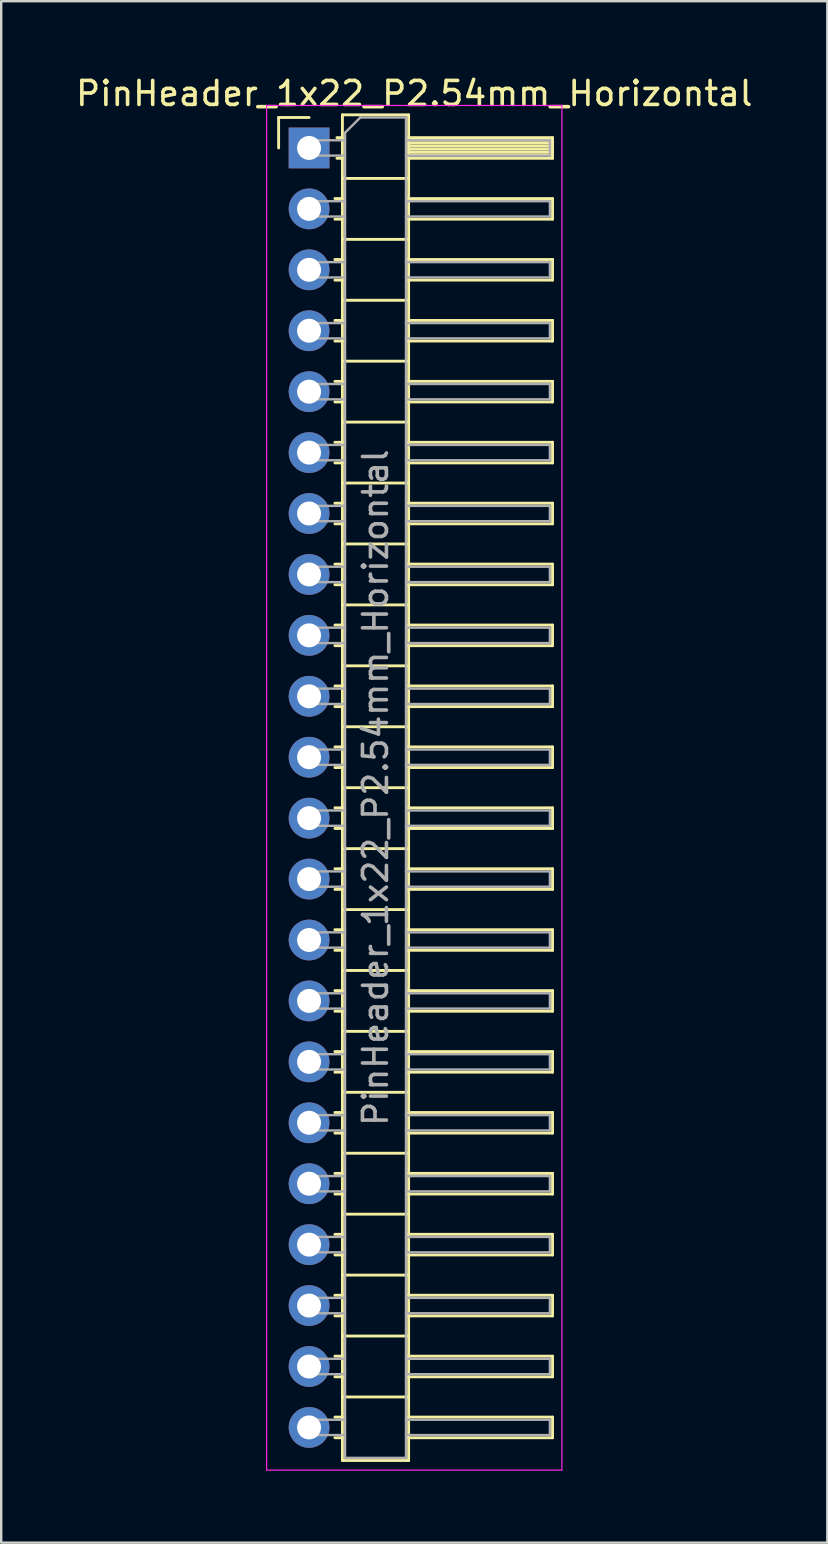
<source format=kicad_pcb>
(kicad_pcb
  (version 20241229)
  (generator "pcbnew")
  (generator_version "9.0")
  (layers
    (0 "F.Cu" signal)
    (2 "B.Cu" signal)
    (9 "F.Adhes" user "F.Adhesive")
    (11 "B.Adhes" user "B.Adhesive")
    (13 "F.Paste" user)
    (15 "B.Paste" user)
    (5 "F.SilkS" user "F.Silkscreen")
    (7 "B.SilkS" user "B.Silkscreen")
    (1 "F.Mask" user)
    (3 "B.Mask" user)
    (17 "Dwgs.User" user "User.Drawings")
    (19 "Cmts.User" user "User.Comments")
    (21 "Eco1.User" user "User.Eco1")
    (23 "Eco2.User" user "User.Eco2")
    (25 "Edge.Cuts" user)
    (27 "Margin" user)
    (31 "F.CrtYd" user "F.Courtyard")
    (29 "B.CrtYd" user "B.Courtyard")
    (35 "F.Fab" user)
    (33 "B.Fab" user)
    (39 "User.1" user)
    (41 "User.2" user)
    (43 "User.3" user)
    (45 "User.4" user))
  (footprint "PinHeader_1x22_P2.54mm_Horizontal"
    (layer "F.Cu")
    (at 9.835 3.118)
    (property "Reference" "PinHeader_1x22_P2.54mm_Horizontal" (at 4.385 -2.27 0) (layer "F.SilkS") (effects (font (size 1 1) (thickness 0.15))))
    (attr through_hole)
    (fp_line (start -1.27 -1.27) (end 0 -1.27) (stroke (width 0.12) (type solid)) (layer "F.SilkS"))
    (fp_line (start -1.27 0) (end -1.27 -1.27) (stroke (width 0.12) (type solid)) (layer "F.SilkS"))
    (fp_line (start 1.077 2.11) (end 1.39 2.11) (stroke (width 0.12) (type solid)) (layer "F.SilkS"))
    (fp_line (start 1.077 2.97) (end 1.39 2.97) (stroke (width 0.12) (type solid)) (layer "F.SilkS"))
    (fp_line (start 1.077 4.65) (end 1.39 4.65) (stroke (width 0.12) (type solid)) (layer "F.SilkS"))
    (fp_line (start 1.077 5.51) (end 1.39 5.51) (stroke (width 0.12) (type solid)) (layer "F.SilkS"))
    (fp_line (start 1.077 7.19) (end 1.39 7.19) (stroke (width 0.12) (type solid)) (layer "F.SilkS"))
    (fp_line (start 1.077 8.05) (end 1.39 8.05) (stroke (width 0.12) (type solid)) (layer "F.SilkS"))
    (fp_line (start 1.077 9.73) (end 1.39 9.73) (stroke (width 0.12) (type solid)) (layer "F.SilkS"))
    (fp_line (start 1.077 10.59) (end 1.39 10.59) (stroke (width 0.12) (type solid)) (layer "F.SilkS"))
    (fp_line (start 1.077 12.27) (end 1.39 12.27) (stroke (width 0.12) (type solid)) (layer "F.SilkS"))
    (fp_line (start 1.077 13.13) (end 1.39 13.13) (stroke (width 0.12) (type solid)) (layer "F.SilkS"))
    (fp_line (start 1.077 14.81) (end 1.39 14.81) (stroke (width 0.12) (type solid)) (layer "F.SilkS"))
    (fp_line (start 1.077 15.67) (end 1.39 15.67) (stroke (width 0.12) (type solid)) (layer "F.SilkS"))
    (fp_line (start 1.077 17.35) (end 1.39 17.35) (stroke (width 0.12) (type solid)) (layer "F.SilkS"))
    (fp_line (start 1.077 18.21) (end 1.39 18.21) (stroke (width 0.12) (type solid)) (layer "F.SilkS"))
    (fp_line (start 1.077 19.89) (end 1.39 19.89) (stroke (width 0.12) (type solid)) (layer "F.SilkS"))
    (fp_line (start 1.077 20.75) (end 1.39 20.75) (stroke (width 0.12) (type solid)) (layer "F.SilkS"))
    (fp_line (start 1.077 22.43) (end 1.39 22.43) (stroke (width 0.12) (type solid)) (layer "F.SilkS"))
    (fp_line (start 1.077 23.29) (end 1.39 23.29) (stroke (width 0.12) (type solid)) (layer "F.SilkS"))
    (fp_line (start 1.077 24.97) (end 1.39 24.97) (stroke (width 0.12) (type solid)) (layer "F.SilkS"))
    (fp_line (start 1.077 25.83) (end 1.39 25.83) (stroke (width 0.12) (type solid)) (layer "F.SilkS"))
    (fp_line (start 1.077 27.51) (end 1.39 27.51) (stroke (width 0.12) (type solid)) (layer "F.SilkS"))
    (fp_line (start 1.077 28.37) (end 1.39 28.37) (stroke (width 0.12) (type solid)) (layer "F.SilkS"))
    (fp_line (start 1.077 30.05) (end 1.39 30.05) (stroke (width 0.12) (type solid)) (layer "F.SilkS"))
    (fp_line (start 1.077 30.91) (end 1.39 30.91) (stroke (width 0.12) (type solid)) (layer "F.SilkS"))
    (fp_line (start 1.077 32.59) (end 1.39 32.59) (stroke (width 0.12) (type solid)) (layer "F.SilkS"))
    (fp_line (start 1.077 33.45) (end 1.39 33.45) (stroke (width 0.12) (type solid)) (layer "F.SilkS"))
    (fp_line (start 1.077 35.13) (end 1.39 35.13) (stroke (width 0.12) (type solid)) (layer "F.SilkS"))
    (fp_line (start 1.077 35.99) (end 1.39 35.99) (stroke (width 0.12) (type solid)) (layer "F.SilkS"))
    (fp_line (start 1.077 37.67) (end 1.39 37.67) (stroke (width 0.12) (type solid)) (layer "F.SilkS"))
    (fp_line (start 1.077 38.53) (end 1.39 38.53) (stroke (width 0.12) (type solid)) (layer "F.SilkS"))
    (fp_line (start 1.077 40.21) (end 1.39 40.21) (stroke (width 0.12) (type solid)) (layer "F.SilkS"))
    (fp_line (start 1.077 41.07) (end 1.39 41.07) (stroke (width 0.12) (type solid)) (layer "F.SilkS"))
    (fp_line (start 1.077 42.75) (end 1.39 42.75) (stroke (width 0.12) (type solid)) (layer "F.SilkS"))
    (fp_line (start 1.077 43.61) (end 1.39 43.61) (stroke (width 0.12) (type solid)) (layer "F.SilkS"))
    (fp_line (start 1.077 45.29) (end 1.39 45.29) (stroke (width 0.12) (type solid)) (layer "F.SilkS"))
    (fp_line (start 1.077 46.15) (end 1.39 46.15) (stroke (width 0.12) (type solid)) (layer "F.SilkS"))
    (fp_line (start 1.077 47.83) (end 1.39 47.83) (stroke (width 0.12) (type solid)) (layer "F.SilkS"))
    (fp_line (start 1.077 48.69) (end 1.39 48.69) (stroke (width 0.12) (type solid)) (layer "F.SilkS"))
    (fp_line (start 1.077 50.37) (end 1.39 50.37) (stroke (width 0.12) (type solid)) (layer "F.SilkS"))
    (fp_line (start 1.077 51.23) (end 1.39 51.23) (stroke (width 0.12) (type solid)) (layer "F.SilkS"))
    (fp_line (start 1.077 52.91) (end 1.39 52.91) (stroke (width 0.12) (type solid)) (layer "F.SilkS"))
    (fp_line (start 1.077 53.77) (end 1.39 53.77) (stroke (width 0.12) (type solid)) (layer "F.SilkS"))
    (fp_line (start 1.16 -0.43) (end 1.39 -0.43) (stroke (width 0.12) (type solid)) (layer "F.SilkS"))
    (fp_line (start 1.16 0.43) (end 1.39 0.43) (stroke (width 0.12) (type solid)) (layer "F.SilkS"))
    (fp_line (start 1.39 -1.38) (end 1.39 54.72) (stroke (width 0.12) (type solid)) (layer "F.SilkS"))
    (fp_line (start 1.39 1.27) (end 4.15 1.27) (stroke (width 0.12) (type solid)) (layer "F.SilkS"))
    (fp_line (start 1.39 3.81) (end 4.15 3.81) (stroke (width 0.12) (type solid)) (layer "F.SilkS"))
    (fp_line (start 1.39 6.35) (end 4.15 6.35) (stroke (width 0.12) (type solid)) (layer "F.SilkS"))
    (fp_line (start 1.39 8.89) (end 4.15 8.89) (stroke (width 0.12) (type solid)) (layer "F.SilkS"))
    (fp_line (start 1.39 11.43) (end 4.15 11.43) (stroke (width 0.12) (type solid)) (layer "F.SilkS"))
    (fp_line (start 1.39 13.97) (end 4.15 13.97) (stroke (width 0.12) (type solid)) (layer "F.SilkS"))
    (fp_line (start 1.39 16.51) (end 4.15 16.51) (stroke (width 0.12) (type solid)) (layer "F.SilkS"))
    (fp_line (start 1.39 19.05) (end 4.15 19.05) (stroke (width 0.12) (type solid)) (layer "F.SilkS"))
    (fp_line (start 1.39 21.59) (end 4.15 21.59) (stroke (width 0.12) (type solid)) (layer "F.SilkS"))
    (fp_line (start 1.39 24.13) (end 4.15 24.13) (stroke (width 0.12) (type solid)) (layer "F.SilkS"))
    (fp_line (start 1.39 26.67) (end 4.15 26.67) (stroke (width 0.12) (type solid)) (layer "F.SilkS"))
    (fp_line (start 1.39 29.21) (end 4.15 29.21) (stroke (width 0.12) (type solid)) (layer "F.SilkS"))
    (fp_line (start 1.39 31.75) (end 4.15 31.75) (stroke (width 0.12) (type solid)) (layer "F.SilkS"))
    (fp_line (start 1.39 34.29) (end 4.15 34.29) (stroke (width 0.12) (type solid)) (layer "F.SilkS"))
    (fp_line (start 1.39 36.83) (end 4.15 36.83) (stroke (width 0.12) (type solid)) (layer "F.SilkS"))
    (fp_line (start 1.39 39.37) (end 4.15 39.37) (stroke (width 0.12) (type solid)) (layer "F.SilkS"))
    (fp_line (start 1.39 41.91) (end 4.15 41.91) (stroke (width 0.12) (type solid)) (layer "F.SilkS"))
    (fp_line (start 1.39 44.45) (end 4.15 44.45) (stroke (width 0.12) (type solid)) (layer "F.SilkS"))
    (fp_line (start 1.39 46.99) (end 4.15 46.99) (stroke (width 0.12) (type solid)) (layer "F.SilkS"))
    (fp_line (start 1.39 49.53) (end 4.15 49.53) (stroke (width 0.12) (type solid)) (layer "F.SilkS"))
    (fp_line (start 1.39 52.07) (end 4.15 52.07) (stroke (width 0.12) (type solid)) (layer "F.SilkS"))
    (fp_line (start 1.39 54.72) (end 4.15 54.72) (stroke (width 0.12) (type solid)) (layer "F.SilkS"))
    (fp_line (start 4.15 -1.38) (end 1.39 -1.38) (stroke (width 0.12) (type solid)) (layer "F.SilkS"))
    (fp_line (start 4.15 -0.43) (end 10.15 -0.43) (stroke (width 0.12) (type solid)) (layer "F.SilkS"))
    (fp_line (start 4.15 -0.32) (end 10.15 -0.32) (stroke (width 0.12) (type solid)) (layer "F.SilkS"))
    (fp_line (start 4.15 -0.2) (end 10.15 -0.2) (stroke (width 0.12) (type solid)) (layer "F.SilkS"))
    (fp_line (start 4.15 -0.08) (end 10.15 -0.08) (stroke (width 0.12) (type solid)) (layer "F.SilkS"))
    (fp_line (start 4.15 0.04) (end 10.15 0.04) (stroke (width 0.12) (type solid)) (layer "F.SilkS"))
    (fp_line (start 4.15 0.16) (end 10.15 0.16) (stroke (width 0.12) (type solid)) (layer "F.SilkS"))
    (fp_line (start 4.15 0.28) (end 10.15 0.28) (stroke (width 0.12) (type solid)) (layer "F.SilkS"))
    (fp_line (start 4.15 2.11) (end 10.15 2.11) (stroke (width 0.12) (type solid)) (layer "F.SilkS"))
    (fp_line (start 4.15 4.65) (end 10.15 4.65) (stroke (width 0.12) (type solid)) (layer "F.SilkS"))
    (fp_line (start 4.15 7.19) (end 10.15 7.19) (stroke (width 0.12) (type solid)) (layer "F.SilkS"))
    (fp_line (start 4.15 9.73) (end 10.15 9.73) (stroke (width 0.12) (type solid)) (layer "F.SilkS"))
    (fp_line (start 4.15 12.27) (end 10.15 12.27) (stroke (width 0.12) (type solid)) (layer "F.SilkS"))
    (fp_line (start 4.15 14.81) (end 10.15 14.81) (stroke (width 0.12) (type solid)) (layer "F.SilkS"))
    (fp_line (start 4.15 17.35) (end 10.15 17.35) (stroke (width 0.12) (type solid)) (layer "F.SilkS"))
    (fp_line (start 4.15 19.89) (end 10.15 19.89) (stroke (width 0.12) (type solid)) (layer "F.SilkS"))
    (fp_line (start 4.15 22.43) (end 10.15 22.43) (stroke (width 0.12) (type solid)) (layer "F.SilkS"))
    (fp_line (start 4.15 24.97) (end 10.15 24.97) (stroke (width 0.12) (type solid)) (layer "F.SilkS"))
    (fp_line (start 4.15 27.51) (end 10.15 27.51) (stroke (width 0.12) (type solid)) (layer "F.SilkS"))
    (fp_line (start 4.15 30.05) (end 10.15 30.05) (stroke (width 0.12) (type solid)) (layer "F.SilkS"))
    (fp_line (start 4.15 32.59) (end 10.15 32.59) (stroke (width 0.12) (type solid)) (layer "F.SilkS"))
    (fp_line (start 4.15 35.13) (end 10.15 35.13) (stroke (width 0.12) (type solid)) (layer "F.SilkS"))
    (fp_line (start 4.15 37.67) (end 10.15 37.67) (stroke (width 0.12) (type solid)) (layer "F.SilkS"))
    (fp_line (start 4.15 40.21) (end 10.15 40.21) (stroke (width 0.12) (type solid)) (layer "F.SilkS"))
    (fp_line (start 4.15 42.75) (end 10.15 42.75) (stroke (width 0.12) (type solid)) (layer "F.SilkS"))
    (fp_line (start 4.15 45.29) (end 10.15 45.29) (stroke (width 0.12) (type solid)) (layer "F.SilkS"))
    (fp_line (start 4.15 47.83) (end 10.15 47.83) (stroke (width 0.12) (type solid)) (layer "F.SilkS"))
    (fp_line (start 4.15 50.37) (end 10.15 50.37) (stroke (width 0.12) (type solid)) (layer "F.SilkS"))
    (fp_line (start 4.15 52.91) (end 10.15 52.91) (stroke (width 0.12) (type solid)) (layer "F.SilkS"))
    (fp_line (start 4.15 54.72) (end 4.15 -1.38) (stroke (width 0.12) (type solid)) (layer "F.SilkS"))
    (fp_line (start 10.15 -0.43) (end 10.15 0.43) (stroke (width 0.12) (type solid)) (layer "F.SilkS"))
    (fp_line (start 10.15 0.43) (end 4.15 0.43) (stroke (width 0.12) (type solid)) (layer "F.SilkS"))
    (fp_line (start 10.15 2.11) (end 10.15 2.97) (stroke (width 0.12) (type solid)) (layer "F.SilkS"))
    (fp_line (start 10.15 2.97) (end 4.15 2.97) (stroke (width 0.12) (type solid)) (layer "F.SilkS"))
    (fp_line (start 10.15 4.65) (end 10.15 5.51) (stroke (width 0.12) (type solid)) (layer "F.SilkS"))
    (fp_line (start 10.15 5.51) (end 4.15 5.51) (stroke (width 0.12) (type solid)) (layer "F.SilkS"))
    (fp_line (start 10.15 7.19) (end 10.15 8.05) (stroke (width 0.12) (type solid)) (layer "F.SilkS"))
    (fp_line (start 10.15 8.05) (end 4.15 8.05) (stroke (width 0.12) (type solid)) (layer "F.SilkS"))
    (fp_line (start 10.15 9.73) (end 10.15 10.59) (stroke (width 0.12) (type solid)) (layer "F.SilkS"))
    (fp_line (start 10.15 10.59) (end 4.15 10.59) (stroke (width 0.12) (type solid)) (layer "F.SilkS"))
    (fp_line (start 10.15 12.27) (end 10.15 13.13) (stroke (width 0.12) (type solid)) (layer "F.SilkS"))
    (fp_line (start 10.15 13.13) (end 4.15 13.13) (stroke (width 0.12) (type solid)) (layer "F.SilkS"))
    (fp_line (start 10.15 14.81) (end 10.15 15.67) (stroke (width 0.12) (type solid)) (layer "F.SilkS"))
    (fp_line (start 10.15 15.67) (end 4.15 15.67) (stroke (width 0.12) (type solid)) (layer "F.SilkS"))
    (fp_line (start 10.15 17.35) (end 10.15 18.21) (stroke (width 0.12) (type solid)) (layer "F.SilkS"))
    (fp_line (start 10.15 18.21) (end 4.15 18.21) (stroke (width 0.12) (type solid)) (layer "F.SilkS"))
    (fp_line (start 10.15 19.89) (end 10.15 20.75) (stroke (width 0.12) (type solid)) (layer "F.SilkS"))
    (fp_line (start 10.15 20.75) (end 4.15 20.75) (stroke (width 0.12) (type solid)) (layer "F.SilkS"))
    (fp_line (start 10.15 22.43) (end 10.15 23.29) (stroke (width 0.12) (type solid)) (layer "F.SilkS"))
    (fp_line (start 10.15 23.29) (end 4.15 23.29) (stroke (width 0.12) (type solid)) (layer "F.SilkS"))
    (fp_line (start 10.15 24.97) (end 10.15 25.83) (stroke (width 0.12) (type solid)) (layer "F.SilkS"))
    (fp_line (start 10.15 25.83) (end 4.15 25.83) (stroke (width 0.12) (type solid)) (layer "F.SilkS"))
    (fp_line (start 10.15 27.51) (end 10.15 28.37) (stroke (width 0.12) (type solid)) (layer "F.SilkS"))
    (fp_line (start 10.15 28.37) (end 4.15 28.37) (stroke (width 0.12) (type solid)) (layer "F.SilkS"))
    (fp_line (start 10.15 30.05) (end 10.15 30.91) (stroke (width 0.12) (type solid)) (layer "F.SilkS"))
    (fp_line (start 10.15 30.91) (end 4.15 30.91) (stroke (width 0.12) (type solid)) (layer "F.SilkS"))
    (fp_line (start 10.15 32.59) (end 10.15 33.45) (stroke (width 0.12) (type solid)) (layer "F.SilkS"))
    (fp_line (start 10.15 33.45) (end 4.15 33.45) (stroke (width 0.12) (type solid)) (layer "F.SilkS"))
    (fp_line (start 10.15 35.13) (end 10.15 35.99) (stroke (width 0.12) (type solid)) (layer "F.SilkS"))
    (fp_line (start 10.15 35.99) (end 4.15 35.99) (stroke (width 0.12) (type solid)) (layer "F.SilkS"))
    (fp_line (start 10.15 37.67) (end 10.15 38.53) (stroke (width 0.12) (type solid)) (layer "F.SilkS"))
    (fp_line (start 10.15 38.53) (end 4.15 38.53) (stroke (width 0.12) (type solid)) (layer "F.SilkS"))
    (fp_line (start 10.15 40.21) (end 10.15 41.07) (stroke (width 0.12) (type solid)) (layer "F.SilkS"))
    (fp_line (start 10.15 41.07) (end 4.15 41.07) (stroke (width 0.12) (type solid)) (layer "F.SilkS"))
    (fp_line (start 10.15 42.75) (end 10.15 43.61) (stroke (width 0.12) (type solid)) (layer "F.SilkS"))
    (fp_line (start 10.15 43.61) (end 4.15 43.61) (stroke (width 0.12) (type solid)) (layer "F.SilkS"))
    (fp_line (start 10.15 45.29) (end 10.15 46.15) (stroke (width 0.12) (type solid)) (layer "F.SilkS"))
    (fp_line (start 10.15 46.15) (end 4.15 46.15) (stroke (width 0.12) (type solid)) (layer "F.SilkS"))
    (fp_line (start 10.15 47.83) (end 10.15 48.69) (stroke (width 0.12) (type solid)) (layer "F.SilkS"))
    (fp_line (start 10.15 48.69) (end 4.15 48.69) (stroke (width 0.12) (type solid)) (layer "F.SilkS"))
    (fp_line (start 10.15 50.37) (end 10.15 51.23) (stroke (width 0.12) (type solid)) (layer "F.SilkS"))
    (fp_line (start 10.15 51.23) (end 4.15 51.23) (stroke (width 0.12) (type solid)) (layer "F.SilkS"))
    (fp_line (start 10.15 52.91) (end 10.15 53.77) (stroke (width 0.12) (type solid)) (layer "F.SilkS"))
    (fp_line (start 10.15 53.77) (end 4.15 53.77) (stroke (width 0.12) (type solid)) (layer "F.SilkS"))
    (fp_line (start -1.77 -1.77) (end -1.77 55.12) (stroke (width 0.05) (type solid)) (layer "F.CrtYd"))
    (fp_line (start -1.77 55.12) (end 10.54 55.12) (stroke (width 0.05) (type solid)) (layer "F.CrtYd"))
    (fp_line (start 10.54 -1.77) (end -1.77 -1.77) (stroke (width 0.05) (type solid)) (layer "F.CrtYd"))
    (fp_line (start 10.54 55.12) (end 10.54 -1.77) (stroke (width 0.05) (type solid)) (layer "F.CrtYd"))
    (fp_line (start -0.32 -0.32) (end -0.32 0.32) (stroke (width 0.1) (type solid)) (layer "F.Fab"))
    (fp_line (start -0.32 -0.32) (end 1.5 -0.32) (stroke (width 0.1) (type solid)) (layer "F.Fab"))
    (fp_line (start -0.32 0.32) (end 1.5 0.32) (stroke (width 0.1) (type solid)) (layer "F.Fab"))
    (fp_line (start -0.32 2.22) (end -0.32 2.86) (stroke (width 0.1) (type solid)) (layer "F.Fab"))
    (fp_line (start -0.32 2.22) (end 1.5 2.22) (stroke (width 0.1) (type solid)) (layer "F.Fab"))
    (fp_line (start -0.32 2.86) (end 1.5 2.86) (stroke (width 0.1) (type solid)) (layer "F.Fab"))
    (fp_line (start -0.32 4.76) (end -0.32 5.4) (stroke (width 0.1) (type solid)) (layer "F.Fab"))
    (fp_line (start -0.32 4.76) (end 1.5 4.76) (stroke (width 0.1) (type solid)) (layer "F.Fab"))
    (fp_line (start -0.32 5.4) (end 1.5 5.4) (stroke (width 0.1) (type solid)) (layer "F.Fab"))
    (fp_line (start -0.32 7.3) (end -0.32 7.94) (stroke (width 0.1) (type solid)) (layer "F.Fab"))
    (fp_line (start -0.32 7.3) (end 1.5 7.3) (stroke (width 0.1) (type solid)) (layer "F.Fab"))
    (fp_line (start -0.32 7.94) (end 1.5 7.94) (stroke (width 0.1) (type solid)) (layer "F.Fab"))
    (fp_line (start -0.32 9.84) (end -0.32 10.48) (stroke (width 0.1) (type solid)) (layer "F.Fab"))
    (fp_line (start -0.32 9.84) (end 1.5 9.84) (stroke (width 0.1) (type solid)) (layer "F.Fab"))
    (fp_line (start -0.32 10.48) (end 1.5 10.48) (stroke (width 0.1) (type solid)) (layer "F.Fab"))
    (fp_line (start -0.32 12.38) (end -0.32 13.02) (stroke (width 0.1) (type solid)) (layer "F.Fab"))
    (fp_line (start -0.32 12.38) (end 1.5 12.38) (stroke (width 0.1) (type solid)) (layer "F.Fab"))
    (fp_line (start -0.32 13.02) (end 1.5 13.02) (stroke (width 0.1) (type solid)) (layer "F.Fab"))
    (fp_line (start -0.32 14.92) (end -0.32 15.56) (stroke (width 0.1) (type solid)) (layer "F.Fab"))
    (fp_line (start -0.32 14.92) (end 1.5 14.92) (stroke (width 0.1) (type solid)) (layer "F.Fab"))
    (fp_line (start -0.32 15.56) (end 1.5 15.56) (stroke (width 0.1) (type solid)) (layer "F.Fab"))
    (fp_line (start -0.32 17.46) (end -0.32 18.1) (stroke (width 0.1) (type solid)) (layer "F.Fab"))
    (fp_line (start -0.32 17.46) (end 1.5 17.46) (stroke (width 0.1) (type solid)) (layer "F.Fab"))
    (fp_line (start -0.32 18.1) (end 1.5 18.1) (stroke (width 0.1) (type solid)) (layer "F.Fab"))
    (fp_line (start -0.32 20) (end -0.32 20.64) (stroke (width 0.1) (type solid)) (layer "F.Fab"))
    (fp_line (start -0.32 20) (end 1.5 20) (stroke (width 0.1) (type solid)) (layer "F.Fab"))
    (fp_line (start -0.32 20.64) (end 1.5 20.64) (stroke (width 0.1) (type solid)) (layer "F.Fab"))
    (fp_line (start -0.32 22.54) (end -0.32 23.18) (stroke (width 0.1) (type solid)) (layer "F.Fab"))
    (fp_line (start -0.32 22.54) (end 1.5 22.54) (stroke (width 0.1) (type solid)) (layer "F.Fab"))
    (fp_line (start -0.32 23.18) (end 1.5 23.18) (stroke (width 0.1) (type solid)) (layer "F.Fab"))
    (fp_line (start -0.32 25.08) (end -0.32 25.72) (stroke (width 0.1) (type solid)) (layer "F.Fab"))
    (fp_line (start -0.32 25.08) (end 1.5 25.08) (stroke (width 0.1) (type solid)) (layer "F.Fab"))
    (fp_line (start -0.32 25.72) (end 1.5 25.72) (stroke (width 0.1) (type solid)) (layer "F.Fab"))
    (fp_line (start -0.32 27.62) (end -0.32 28.26) (stroke (width 0.1) (type solid)) (layer "F.Fab"))
    (fp_line (start -0.32 27.62) (end 1.5 27.62) (stroke (width 0.1) (type solid)) (layer "F.Fab"))
    (fp_line (start -0.32 28.26) (end 1.5 28.26) (stroke (width 0.1) (type solid)) (layer "F.Fab"))
    (fp_line (start -0.32 30.16) (end -0.32 30.8) (stroke (width 0.1) (type solid)) (layer "F.Fab"))
    (fp_line (start -0.32 30.16) (end 1.5 30.16) (stroke (width 0.1) (type solid)) (layer "F.Fab"))
    (fp_line (start -0.32 30.8) (end 1.5 30.8) (stroke (width 0.1) (type solid)) (layer "F.Fab"))
    (fp_line (start -0.32 32.7) (end -0.32 33.34) (stroke (width 0.1) (type solid)) (layer "F.Fab"))
    (fp_line (start -0.32 32.7) (end 1.5 32.7) (stroke (width 0.1) (type solid)) (layer "F.Fab"))
    (fp_line (start -0.32 33.34) (end 1.5 33.34) (stroke (width 0.1) (type solid)) (layer "F.Fab"))
    (fp_line (start -0.32 35.24) (end -0.32 35.88) (stroke (width 0.1) (type solid)) (layer "F.Fab"))
    (fp_line (start -0.32 35.24) (end 1.5 35.24) (stroke (width 0.1) (type solid)) (layer "F.Fab"))
    (fp_line (start -0.32 35.88) (end 1.5 35.88) (stroke (width 0.1) (type solid)) (layer "F.Fab"))
    (fp_line (start -0.32 37.78) (end -0.32 38.42) (stroke (width 0.1) (type solid)) (layer "F.Fab"))
    (fp_line (start -0.32 37.78) (end 1.5 37.78) (stroke (width 0.1) (type solid)) (layer "F.Fab"))
    (fp_line (start -0.32 38.42) (end 1.5 38.42) (stroke (width 0.1) (type solid)) (layer "F.Fab"))
    (fp_line (start -0.32 40.32) (end -0.32 40.96) (stroke (width 0.1) (type solid)) (layer "F.Fab"))
    (fp_line (start -0.32 40.32) (end 1.5 40.32) (stroke (width 0.1) (type solid)) (layer "F.Fab"))
    (fp_line (start -0.32 40.96) (end 1.5 40.96) (stroke (width 0.1) (type solid)) (layer "F.Fab"))
    (fp_line (start -0.32 42.86) (end -0.32 43.5) (stroke (width 0.1) (type solid)) (layer "F.Fab"))
    (fp_line (start -0.32 42.86) (end 1.5 42.86) (stroke (width 0.1) (type solid)) (layer "F.Fab"))
    (fp_line (start -0.32 43.5) (end 1.5 43.5) (stroke (width 0.1) (type solid)) (layer "F.Fab"))
    (fp_line (start -0.32 45.4) (end -0.32 46.04) (stroke (width 0.1) (type solid)) (layer "F.Fab"))
    (fp_line (start -0.32 45.4) (end 1.5 45.4) (stroke (width 0.1) (type solid)) (layer "F.Fab"))
    (fp_line (start -0.32 46.04) (end 1.5 46.04) (stroke (width 0.1) (type solid)) (layer "F.Fab"))
    (fp_line (start -0.32 47.94) (end -0.32 48.58) (stroke (width 0.1) (type solid)) (layer "F.Fab"))
    (fp_line (start -0.32 47.94) (end 1.5 47.94) (stroke (width 0.1) (type solid)) (layer "F.Fab"))
    (fp_line (start -0.32 48.58) (end 1.5 48.58) (stroke (width 0.1) (type solid)) (layer "F.Fab"))
    (fp_line (start -0.32 50.48) (end -0.32 51.12) (stroke (width 0.1) (type solid)) (layer "F.Fab"))
    (fp_line (start -0.32 50.48) (end 1.5 50.48) (stroke (width 0.1) (type solid)) (layer "F.Fab"))
    (fp_line (start -0.32 51.12) (end 1.5 51.12) (stroke (width 0.1) (type solid)) (layer "F.Fab"))
    (fp_line (start -0.32 53.02) (end -0.32 53.66) (stroke (width 0.1) (type solid)) (layer "F.Fab"))
    (fp_line (start -0.32 53.02) (end 1.5 53.02) (stroke (width 0.1) (type solid)) (layer "F.Fab"))
    (fp_line (start -0.32 53.66) (end 1.5 53.66) (stroke (width 0.1) (type solid)) (layer "F.Fab"))
    (fp_line (start 1.5 -0.635) (end 2.135 -1.27) (stroke (width 0.1) (type solid)) (layer "F.Fab"))
    (fp_line (start 1.5 54.61) (end 1.5 -0.635) (stroke (width 0.1) (type solid)) (layer "F.Fab"))
    (fp_line (start 2.135 -1.27) (end 4.04 -1.27) (stroke (width 0.1) (type solid)) (layer "F.Fab"))
    (fp_line (start 4.04 -1.27) (end 4.04 54.61) (stroke (width 0.1) (type solid)) (layer "F.Fab"))
    (fp_line (start 4.04 -0.32) (end 10.04 -0.32) (stroke (width 0.1) (type solid)) (layer "F.Fab"))
    (fp_line (start 4.04 0.32) (end 10.04 0.32) (stroke (width 0.1) (type solid)) (layer "F.Fab"))
    (fp_line (start 4.04 2.22) (end 10.04 2.22) (stroke (width 0.1) (type solid)) (layer "F.Fab"))
    (fp_line (start 4.04 2.86) (end 10.04 2.86) (stroke (width 0.1) (type solid)) (layer "F.Fab"))
    (fp_line (start 4.04 4.76) (end 10.04 4.76) (stroke (width 0.1) (type solid)) (layer "F.Fab"))
    (fp_line (start 4.04 5.4) (end 10.04 5.4) (stroke (width 0.1) (type solid)) (layer "F.Fab"))
    (fp_line (start 4.04 7.3) (end 10.04 7.3) (stroke (width 0.1) (type solid)) (layer "F.Fab"))
    (fp_line (start 4.04 7.94) (end 10.04 7.94) (stroke (width 0.1) (type solid)) (layer "F.Fab"))
    (fp_line (start 4.04 9.84) (end 10.04 9.84) (stroke (width 0.1) (type solid)) (layer "F.Fab"))
    (fp_line (start 4.04 10.48) (end 10.04 10.48) (stroke (width 0.1) (type solid)) (layer "F.Fab"))
    (fp_line (start 4.04 12.38) (end 10.04 12.38) (stroke (width 0.1) (type solid)) (layer "F.Fab"))
    (fp_line (start 4.04 13.02) (end 10.04 13.02) (stroke (width 0.1) (type solid)) (layer "F.Fab"))
    (fp_line (start 4.04 14.92) (end 10.04 14.92) (stroke (width 0.1) (type solid)) (layer "F.Fab"))
    (fp_line (start 4.04 15.56) (end 10.04 15.56) (stroke (width 0.1) (type solid)) (layer "F.Fab"))
    (fp_line (start 4.04 17.46) (end 10.04 17.46) (stroke (width 0.1) (type solid)) (layer "F.Fab"))
    (fp_line (start 4.04 18.1) (end 10.04 18.1) (stroke (width 0.1) (type solid)) (layer "F.Fab"))
    (fp_line (start 4.04 20) (end 10.04 20) (stroke (width 0.1) (type solid)) (layer "F.Fab"))
    (fp_line (start 4.04 20.64) (end 10.04 20.64) (stroke (width 0.1) (type solid)) (layer "F.Fab"))
    (fp_line (start 4.04 22.54) (end 10.04 22.54) (stroke (width 0.1) (type solid)) (layer "F.Fab"))
    (fp_line (start 4.04 23.18) (end 10.04 23.18) (stroke (width 0.1) (type solid)) (layer "F.Fab"))
    (fp_line (start 4.04 25.08) (end 10.04 25.08) (stroke (width 0.1) (type solid)) (layer "F.Fab"))
    (fp_line (start 4.04 25.72) (end 10.04 25.72) (stroke (width 0.1) (type solid)) (layer "F.Fab"))
    (fp_line (start 4.04 27.62) (end 10.04 27.62) (stroke (width 0.1) (type solid)) (layer "F.Fab"))
    (fp_line (start 4.04 28.26) (end 10.04 28.26) (stroke (width 0.1) (type solid)) (layer "F.Fab"))
    (fp_line (start 4.04 30.16) (end 10.04 30.16) (stroke (width 0.1) (type solid)) (layer "F.Fab"))
    (fp_line (start 4.04 30.8) (end 10.04 30.8) (stroke (width 0.1) (type solid)) (layer "F.Fab"))
    (fp_line (start 4.04 32.7) (end 10.04 32.7) (stroke (width 0.1) (type solid)) (layer "F.Fab"))
    (fp_line (start 4.04 33.34) (end 10.04 33.34) (stroke (width 0.1) (type solid)) (layer "F.Fab"))
    (fp_line (start 4.04 35.24) (end 10.04 35.24) (stroke (width 0.1) (type solid)) (layer "F.Fab"))
    (fp_line (start 4.04 35.88) (end 10.04 35.88) (stroke (width 0.1) (type solid)) (layer "F.Fab"))
    (fp_line (start 4.04 37.78) (end 10.04 37.78) (stroke (width 0.1) (type solid)) (layer "F.Fab"))
    (fp_line (start 4.04 38.42) (end 10.04 38.42) (stroke (width 0.1) (type solid)) (layer "F.Fab"))
    (fp_line (start 4.04 40.32) (end 10.04 40.32) (stroke (width 0.1) (type solid)) (layer "F.Fab"))
    (fp_line (start 4.04 40.96) (end 10.04 40.96) (stroke (width 0.1) (type solid)) (layer "F.Fab"))
    (fp_line (start 4.04 42.86) (end 10.04 42.86) (stroke (width 0.1) (type solid)) (layer "F.Fab"))
    (fp_line (start 4.04 43.5) (end 10.04 43.5) (stroke (width 0.1) (type solid)) (layer "F.Fab"))
    (fp_line (start 4.04 45.4) (end 10.04 45.4) (stroke (width 0.1) (type solid)) (layer "F.Fab"))
    (fp_line (start 4.04 46.04) (end 10.04 46.04) (stroke (width 0.1) (type solid)) (layer "F.Fab"))
    (fp_line (start 4.04 47.94) (end 10.04 47.94) (stroke (width 0.1) (type solid)) (layer "F.Fab"))
    (fp_line (start 4.04 48.58) (end 10.04 48.58) (stroke (width 0.1) (type solid)) (layer "F.Fab"))
    (fp_line (start 4.04 50.48) (end 10.04 50.48) (stroke (width 0.1) (type solid)) (layer "F.Fab"))
    (fp_line (start 4.04 51.12) (end 10.04 51.12) (stroke (width 0.1) (type solid)) (layer "F.Fab"))
    (fp_line (start 4.04 53.02) (end 10.04 53.02) (stroke (width 0.1) (type solid)) (layer "F.Fab"))
    (fp_line (start 4.04 53.66) (end 10.04 53.66) (stroke (width 0.1) (type solid)) (layer "F.Fab"))
    (fp_line (start 4.04 54.61) (end 1.5 54.61) (stroke (width 0.1) (type solid)) (layer "F.Fab"))
    (fp_line (start 10.04 -0.32) (end 10.04 0.32) (stroke (width 0.1) (type solid)) (layer "F.Fab"))
    (fp_line (start 10.04 2.22) (end 10.04 2.86) (stroke (width 0.1) (type solid)) (layer "F.Fab"))
    (fp_line (start 10.04 4.76) (end 10.04 5.4) (stroke (width 0.1) (type solid)) (layer "F.Fab"))
    (fp_line (start 10.04 7.3) (end 10.04 7.94) (stroke (width 0.1) (type solid)) (layer "F.Fab"))
    (fp_line (start 10.04 9.84) (end 10.04 10.48) (stroke (width 0.1) (type solid)) (layer "F.Fab"))
    (fp_line (start 10.04 12.38) (end 10.04 13.02) (stroke (width 0.1) (type solid)) (layer "F.Fab"))
    (fp_line (start 10.04 14.92) (end 10.04 15.56) (stroke (width 0.1) (type solid)) (layer "F.Fab"))
    (fp_line (start 10.04 17.46) (end 10.04 18.1) (stroke (width 0.1) (type solid)) (layer "F.Fab"))
    (fp_line (start 10.04 20) (end 10.04 20.64) (stroke (width 0.1) (type solid)) (layer "F.Fab"))
    (fp_line (start 10.04 22.54) (end 10.04 23.18) (stroke (width 0.1) (type solid)) (layer "F.Fab"))
    (fp_line (start 10.04 25.08) (end 10.04 25.72) (stroke (width 0.1) (type solid)) (layer "F.Fab"))
    (fp_line (start 10.04 27.62) (end 10.04 28.26) (stroke (width 0.1) (type solid)) (layer "F.Fab"))
    (fp_line (start 10.04 30.16) (end 10.04 30.8) (stroke (width 0.1) (type solid)) (layer "F.Fab"))
    (fp_line (start 10.04 32.7) (end 10.04 33.34) (stroke (width 0.1) (type solid)) (layer "F.Fab"))
    (fp_line (start 10.04 35.24) (end 10.04 35.88) (stroke (width 0.1) (type solid)) (layer "F.Fab"))
    (fp_line (start 10.04 37.78) (end 10.04 38.42) (stroke (width 0.1) (type solid)) (layer "F.Fab"))
    (fp_line (start 10.04 40.32) (end 10.04 40.96) (stroke (width 0.1) (type solid)) (layer "F.Fab"))
    (fp_line (start 10.04 42.86) (end 10.04 43.5) (stroke (width 0.1) (type solid)) (layer "F.Fab"))
    (fp_line (start 10.04 45.4) (end 10.04 46.04) (stroke (width 0.1) (type solid)) (layer "F.Fab"))
    (fp_line (start 10.04 47.94) (end 10.04 48.58) (stroke (width 0.1) (type solid)) (layer "F.Fab"))
    (fp_line (start 10.04 50.48) (end 10.04 51.12) (stroke (width 0.1) (type solid)) (layer "F.Fab"))
    (fp_line (start 10.04 53.02) (end 10.04 53.66) (stroke (width 0.1) (type solid)) (layer "F.Fab"))
    (fp_text user "${REFERENCE}" (at 2.77 26.67 90) (layer "F.Fab") (effects (font (size 1 1) (thickness 0.15))))
    (pad "1" thru_hole rect (at 0 0) (size 1.7 1.7) (drill 1) (layers "*.Cu" "*.Mask"))
    (pad "2" thru_hole circle (at 0 2.54) (size 1.7 1.7) (drill 1) (layers "*.Cu" "*.Mask"))
    (pad "3" thru_hole circle (at 0 5.08) (size 1.7 1.7) (drill 1) (layers "*.Cu" "*.Mask"))
    (pad "4" thru_hole circle (at 0 7.62) (size 1.7 1.7) (drill 1) (layers "*.Cu" "*.Mask"))
    (pad "5" thru_hole circle (at 0 10.16) (size 1.7 1.7) (drill 1) (layers "*.Cu" "*.Mask"))
    (pad "6" thru_hole circle (at 0 12.7) (size 1.7 1.7) (drill 1) (layers "*.Cu" "*.Mask"))
    (pad "7" thru_hole circle (at 0 15.24) (size 1.7 1.7) (drill 1) (layers "*.Cu" "*.Mask"))
    (pad "8" thru_hole circle (at 0 17.78) (size 1.7 1.7) (drill 1) (layers "*.Cu" "*.Mask"))
    (pad "9" thru_hole circle (at 0 20.32) (size 1.7 1.7) (drill 1) (layers "*.Cu" "*.Mask"))
    (pad "10" thru_hole circle (at 0 22.86) (size 1.7 1.7) (drill 1) (layers "*.Cu" "*.Mask"))
    (pad "11" thru_hole circle (at 0 25.4) (size 1.7 1.7) (drill 1) (layers "*.Cu" "*.Mask"))
    (pad "12" thru_hole circle (at 0 27.94) (size 1.7 1.7) (drill 1) (layers "*.Cu" "*.Mask"))
    (pad "13" thru_hole circle (at 0 30.48) (size 1.7 1.7) (drill 1) (layers "*.Cu" "*.Mask"))
    (pad "14" thru_hole circle (at 0 33.02) (size 1.7 1.7) (drill 1) (layers "*.Cu" "*.Mask"))
    (pad "15" thru_hole circle (at 0 35.56) (size 1.7 1.7) (drill 1) (layers "*.Cu" "*.Mask"))
    (pad "16" thru_hole circle (at 0 38.1) (size 1.7 1.7) (drill 1) (layers "*.Cu" "*.Mask"))
    (pad "17" thru_hole circle (at 0 40.64) (size 1.7 1.7) (drill 1) (layers "*.Cu" "*.Mask"))
    (pad "18" thru_hole circle (at 0 43.18) (size 1.7 1.7) (drill 1) (layers "*.Cu" "*.Mask"))
    (pad "19" thru_hole circle (at 0 45.72) (size 1.7 1.7) (drill 1) (layers "*.Cu" "*.Mask"))
    (pad "20" thru_hole circle (at 0 48.26) (size 1.7 1.7) (drill 1) (layers "*.Cu" "*.Mask"))
    (pad "21" thru_hole circle (at 0 50.8) (size 1.7 1.7) (drill 1) (layers "*.Cu" "*.Mask"))
    (pad "22" thru_hole circle (at 0 53.34) (size 1.7 1.7) (drill 1) (layers "*.Cu" "*.Mask")))
  (gr_rect
    (start -3 -3)
    (end 31.44 61.263)
    (stroke (width 0.1) (type default))
    (fill no)
    (layer "Edge.Cuts")))
</source>
